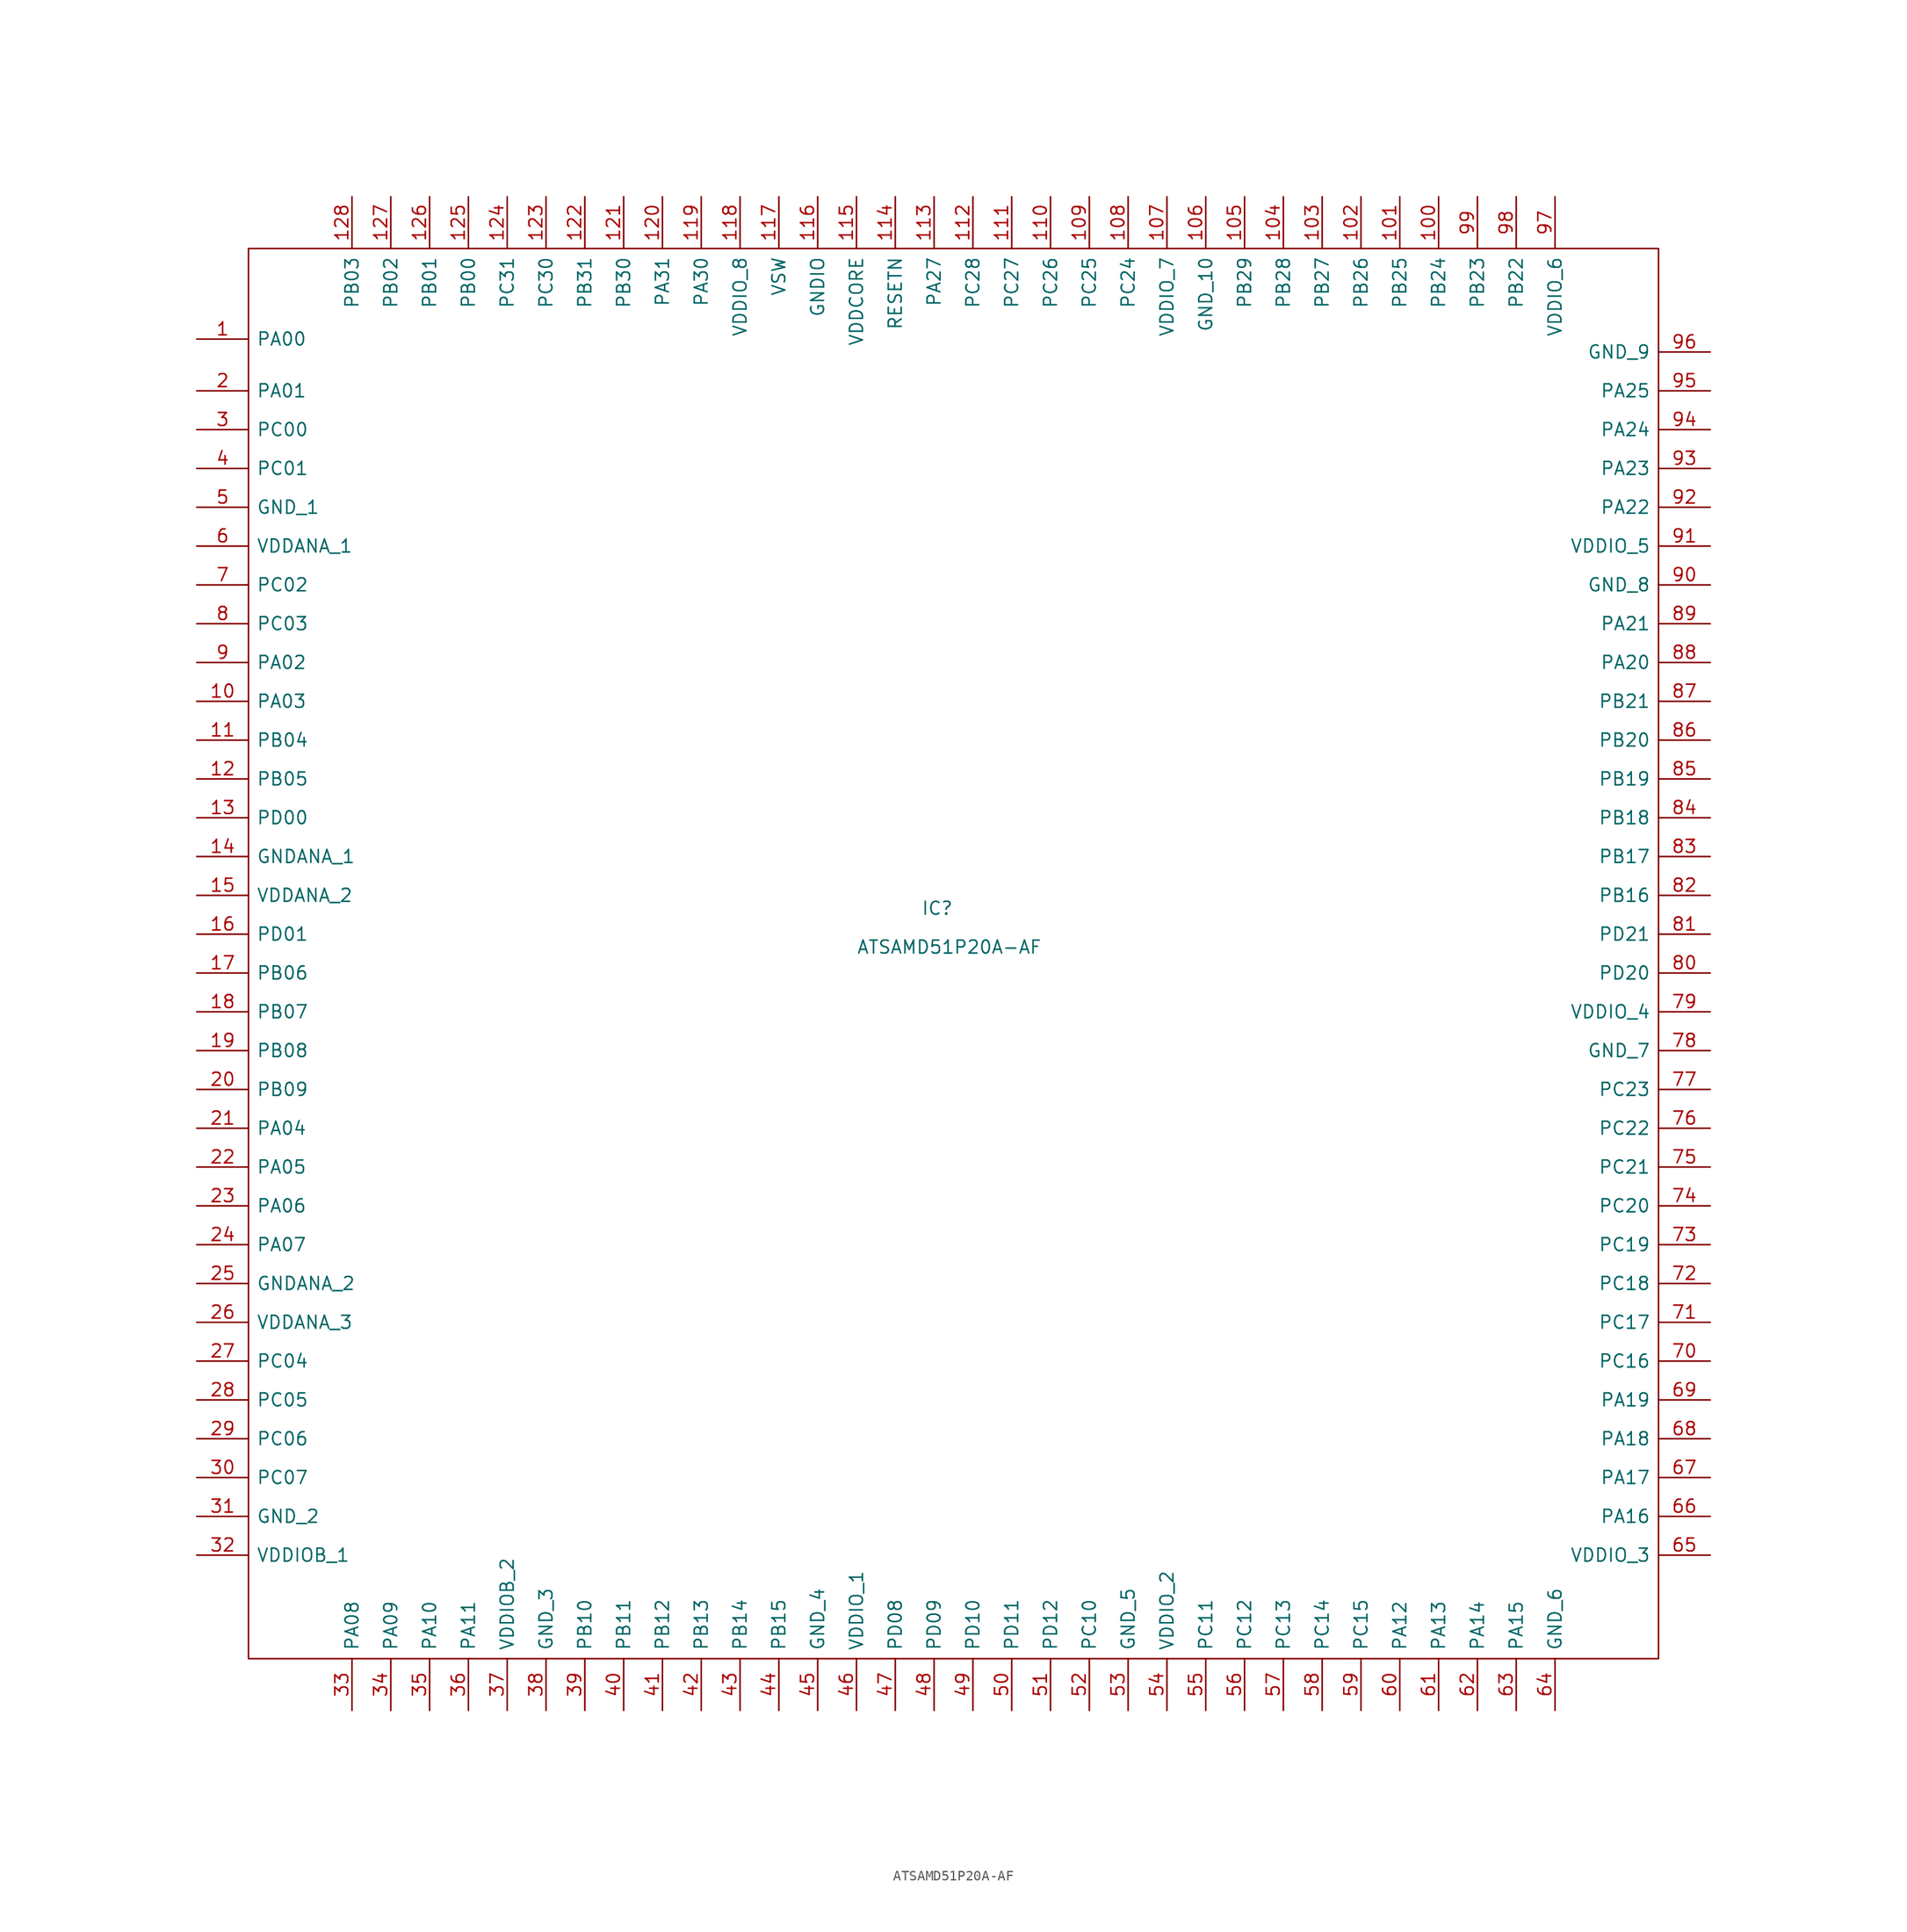
<source format=kicad_sym>
(kicad_symbol_lib
  (version 20211014)
  (generator kicad_symbol_editor)
  (symbol "ATSAMD51P20A-AF"
    (pin_names
      (offset 0.762))
    (property "Reference" "IC"
      (at 66.04 -64.77 0)
      (effects (font (size 1.27 1.27)) (justify left)))
    (property "Value" "ATSAMD51P20A-AF"
      (at 59.69 -68.58 0)
      (effects (font (size 1.27 1.27)) (justify left)))
    (symbol "ATSAMD51P20A-AF_0_0"
      (pin unspecified line (at -5.08 -8.89 0) (length 5.08) (name "PA00" (effects (font (size 1.27 1.27)))) (number "1" (effects (font (size 1.27 1.27)))))
      (pin unspecified line (at -5.08 -44.45 0) (length 5.08) (name "PA03" (effects (font (size 1.27 1.27)))) (number "10" (effects (font (size 1.27 1.27)))))
      (pin unspecified line (at 116.84 5.08 270) (length 5.08) (name "PB24" (effects (font (size 1.27 1.27)))) (number "100" (effects (font (size 1.27 1.27)))))
      (pin unspecified line (at 113.03 5.08 270) (length 5.08) (name "PB25" (effects (font (size 1.27 1.27)))) (number "101" (effects (font (size 1.27 1.27)))))
      (pin unspecified line (at 109.22 5.08 270) (length 5.08) (name "PB26" (effects (font (size 1.27 1.27)))) (number "102" (effects (font (size 1.27 1.27)))))
      (pin unspecified line (at 105.41 5.08 270) (length 5.08) (name "PB27" (effects (font (size 1.27 1.27)))) (number "103" (effects (font (size 1.27 1.27)))))
      (pin unspecified line (at 101.6 5.08 270) (length 5.08) (name "PB28" (effects (font (size 1.27 1.27)))) (number "104" (effects (font (size 1.27 1.27)))))
      (pin unspecified line (at 97.79 5.08 270) (length 5.08) (name "PB29" (effects (font (size 1.27 1.27)))) (number "105" (effects (font (size 1.27 1.27)))))
      (pin unspecified line (at 93.98 5.08 270) (length 5.08) (name "GND_10" (effects (font (size 1.27 1.27)))) (number "106" (effects (font (size 1.27 1.27)))))
      (pin unspecified line (at 90.17 5.08 270) (length 5.08) (name "VDDIO_7" (effects (font (size 1.27 1.27)))) (number "107" (effects (font (size 1.27 1.27)))))
      (pin unspecified line (at 86.36 5.08 270) (length 5.08) (name "PC24" (effects (font (size 1.27 1.27)))) (number "108" (effects (font (size 1.27 1.27)))))
      (pin unspecified line (at 82.55 5.08 270) (length 5.08) (name "PC25" (effects (font (size 1.27 1.27)))) (number "109" (effects (font (size 1.27 1.27)))))
      (pin unspecified line (at -5.08 -48.26 0) (length 5.08) (name "PB04" (effects (font (size 1.27 1.27)))) (number "11" (effects (font (size 1.27 1.27)))))
      (pin unspecified line (at 78.74 5.08 270) (length 5.08) (name "PC26" (effects (font (size 1.27 1.27)))) (number "110" (effects (font (size 1.27 1.27)))))
      (pin unspecified line (at 74.93 5.08 270) (length 5.08) (name "PC27" (effects (font (size 1.27 1.27)))) (number "111" (effects (font (size 1.27 1.27)))))
      (pin unspecified line (at 71.12 5.08 270) (length 5.08) (name "PC28" (effects (font (size 1.27 1.27)))) (number "112" (effects (font (size 1.27 1.27)))))
      (pin unspecified line (at 67.31 5.08 270) (length 5.08) (name "PA27" (effects (font (size 1.27 1.27)))) (number "113" (effects (font (size 1.27 1.27)))))
      (pin unspecified line (at 63.5 5.08 270) (length 5.08) (name "RESETN" (effects (font (size 1.27 1.27)))) (number "114" (effects (font (size 1.27 1.27)))))
      (pin unspecified line (at 59.69 5.08 270) (length 5.08) (name "VDDCORE" (effects (font (size 1.27 1.27)))) (number "115" (effects (font (size 1.27 1.27)))))
      (pin unspecified line (at 55.88 5.08 270) (length 5.08) (name "GNDIO" (effects (font (size 1.27 1.27)))) (number "116" (effects (font (size 1.27 1.27)))))
      (pin unspecified line (at 52.07 5.08 270) (length 5.08) (name "VSW" (effects (font (size 1.27 1.27)))) (number "117" (effects (font (size 1.27 1.27)))))
      (pin unspecified line (at 48.26 5.08 270) (length 5.08) (name "VDDIO_8" (effects (font (size 1.27 1.27)))) (number "118" (effects (font (size 1.27 1.27)))))
      (pin unspecified line (at 44.45 5.08 270) (length 5.08) (name "PA30" (effects (font (size 1.27 1.27)))) (number "119" (effects (font (size 1.27 1.27)))))
      (pin unspecified line (at -5.08 -52.07 0) (length 5.08) (name "PB05" (effects (font (size 1.27 1.27)))) (number "12" (effects (font (size 1.27 1.27)))))
      (pin unspecified line (at 40.64 5.08 270) (length 5.08) (name "PA31" (effects (font (size 1.27 1.27)))) (number "120" (effects (font (size 1.27 1.27)))))
      (pin unspecified line (at 36.83 5.08 270) (length 5.08) (name "PB30" (effects (font (size 1.27 1.27)))) (number "121" (effects (font (size 1.27 1.27)))))
      (pin unspecified line (at 33.02 5.08 270) (length 5.08) (name "PB31" (effects (font (size 1.27 1.27)))) (number "122" (effects (font (size 1.27 1.27)))))
      (pin unspecified line (at 29.21 5.08 270) (length 5.08) (name "PC30" (effects (font (size 1.27 1.27)))) (number "123" (effects (font (size 1.27 1.27)))))
      (pin unspecified line (at 25.4 5.08 270) (length 5.08) (name "PC31" (effects (font (size 1.27 1.27)))) (number "124" (effects (font (size 1.27 1.27)))))
      (pin unspecified line (at 21.59 5.08 270) (length 5.08) (name "PB00" (effects (font (size 1.27 1.27)))) (number "125" (effects (font (size 1.27 1.27)))))
      (pin unspecified line (at 17.78 5.08 270) (length 5.08) (name "PB01" (effects (font (size 1.27 1.27)))) (number "126" (effects (font (size 1.27 1.27)))))
      (pin unspecified line (at 13.97 5.08 270) (length 5.08) (name "PB02" (effects (font (size 1.27 1.27)))) (number "127" (effects (font (size 1.27 1.27)))))
      (pin unspecified line (at 10.16 5.08 270) (length 5.08) (name "PB03" (effects (font (size 1.27 1.27)))) (number "128" (effects (font (size 1.27 1.27)))))
      (pin unspecified line (at -5.08 -55.88 0) (length 5.08) (name "PD00" (effects (font (size 1.27 1.27)))) (number "13" (effects (font (size 1.27 1.27)))))
      (pin unspecified line (at -5.08 -59.69 0) (length 5.08) (name "GNDANA_1" (effects (font (size 1.27 1.27)))) (number "14" (effects (font (size 1.27 1.27)))))
      (pin unspecified line (at -5.08 -63.5 0) (length 5.08) (name "VDDANA_2" (effects (font (size 1.27 1.27)))) (number "15" (effects (font (size 1.27 1.27)))))
      (pin unspecified line (at -5.08 -67.31 0) (length 5.08) (name "PD01" (effects (font (size 1.27 1.27)))) (number "16" (effects (font (size 1.27 1.27)))))
      (pin unspecified line (at -5.08 -71.12 0) (length 5.08) (name "PB06" (effects (font (size 1.27 1.27)))) (number "17" (effects (font (size 1.27 1.27)))))
      (pin unspecified line (at -5.08 -74.93 0) (length 5.08) (name "PB07" (effects (font (size 1.27 1.27)))) (number "18" (effects (font (size 1.27 1.27)))))
      (pin unspecified line (at -5.08 -78.74 0) (length 5.08) (name "PB08" (effects (font (size 1.27 1.27)))) (number "19" (effects (font (size 1.27 1.27)))))
      (pin unspecified line (at -5.08 -13.97 0) (length 5.08) (name "PA01" (effects (font (size 1.27 1.27)))) (number "2" (effects (font (size 1.27 1.27)))))
      (pin unspecified line (at -5.08 -82.55 0) (length 5.08) (name "PB09" (effects (font (size 1.27 1.27)))) (number "20" (effects (font (size 1.27 1.27)))))
      (pin unspecified line (at -5.08 -86.36 0) (length 5.08) (name "PA04" (effects (font (size 1.27 1.27)))) (number "21" (effects (font (size 1.27 1.27)))))
      (pin unspecified line (at -5.08 -90.17 0) (length 5.08) (name "PA05" (effects (font (size 1.27 1.27)))) (number "22" (effects (font (size 1.27 1.27)))))
      (pin unspecified line (at -5.08 -93.98 0) (length 5.08) (name "PA06" (effects (font (size 1.27 1.27)))) (number "23" (effects (font (size 1.27 1.27)))))
      (pin unspecified line (at -5.08 -97.79 0) (length 5.08) (name "PA07" (effects (font (size 1.27 1.27)))) (number "24" (effects (font (size 1.27 1.27)))))
      (pin unspecified line (at -5.08 -101.6 0) (length 5.08) (name "GNDANA_2" (effects (font (size 1.27 1.27)))) (number "25" (effects (font (size 1.27 1.27)))))
      (pin unspecified line (at -5.08 -105.41 0) (length 5.08) (name "VDDANA_3" (effects (font (size 1.27 1.27)))) (number "26" (effects (font (size 1.27 1.27)))))
      (pin unspecified line (at -5.08 -109.22 0) (length 5.08) (name "PC04" (effects (font (size 1.27 1.27)))) (number "27" (effects (font (size 1.27 1.27)))))
      (pin unspecified line (at -5.08 -113.03 0) (length 5.08) (name "PC05" (effects (font (size 1.27 1.27)))) (number "28" (effects (font (size 1.27 1.27)))))
      (pin unspecified line (at -5.08 -116.84 0) (length 5.08) (name "PC06" (effects (font (size 1.27 1.27)))) (number "29" (effects (font (size 1.27 1.27)))))
      (pin unspecified line (at -5.08 -17.78 0) (length 5.08) (name "PC00" (effects (font (size 1.27 1.27)))) (number "3" (effects (font (size 1.27 1.27)))))
      (pin unspecified line (at -5.08 -120.65 0) (length 5.08) (name "PC07" (effects (font (size 1.27 1.27)))) (number "30" (effects (font (size 1.27 1.27)))))
      (pin unspecified line (at -5.08 -124.46 0) (length 5.08) (name "GND_2" (effects (font (size 1.27 1.27)))) (number "31" (effects (font (size 1.27 1.27)))))
      (pin unspecified line (at -5.08 -128.27 0) (length 5.08) (name "VDDIOB_1" (effects (font (size 1.27 1.27)))) (number "32" (effects (font (size 1.27 1.27)))))
      (pin unspecified line (at 10.16 -143.51 90) (length 5.08) (name "PA08" (effects (font (size 1.27 1.27)))) (number "33" (effects (font (size 1.27 1.27)))))
      (pin unspecified line (at 13.97 -143.51 90) (length 5.08) (name "PA09" (effects (font (size 1.27 1.27)))) (number "34" (effects (font (size 1.27 1.27)))))
      (pin unspecified line (at 17.78 -143.51 90) (length 5.08) (name "PA10" (effects (font (size 1.27 1.27)))) (number "35" (effects (font (size 1.27 1.27)))))
      (pin unspecified line (at 21.59 -143.51 90) (length 5.08) (name "PA11" (effects (font (size 1.27 1.27)))) (number "36" (effects (font (size 1.27 1.27)))))
      (pin unspecified line (at 25.4 -143.51 90) (length 5.08) (name "VDDIOB_2" (effects (font (size 1.27 1.27)))) (number "37" (effects (font (size 1.27 1.27)))))
      (pin unspecified line (at 29.21 -143.51 90) (length 5.08) (name "GND_3" (effects (font (size 1.27 1.27)))) (number "38" (effects (font (size 1.27 1.27)))))
      (pin unspecified line (at 33.02 -143.51 90) (length 5.08) (name "PB10" (effects (font (size 1.27 1.27)))) (number "39" (effects (font (size 1.27 1.27)))))
      (pin unspecified line (at -5.08 -21.59 0) (length 5.08) (name "PC01" (effects (font (size 1.27 1.27)))) (number "4" (effects (font (size 1.27 1.27)))))
      (pin unspecified line (at 36.83 -143.51 90) (length 5.08) (name "PB11" (effects (font (size 1.27 1.27)))) (number "40" (effects (font (size 1.27 1.27)))))
      (pin unspecified line (at 40.64 -143.51 90) (length 5.08) (name "PB12" (effects (font (size 1.27 1.27)))) (number "41" (effects (font (size 1.27 1.27)))))
      (pin unspecified line (at 44.45 -143.51 90) (length 5.08) (name "PB13" (effects (font (size 1.27 1.27)))) (number "42" (effects (font (size 1.27 1.27)))))
      (pin unspecified line (at 48.26 -143.51 90) (length 5.08) (name "PB14" (effects (font (size 1.27 1.27)))) (number "43" (effects (font (size 1.27 1.27)))))
      (pin unspecified line (at 52.07 -143.51 90) (length 5.08) (name "PB15" (effects (font (size 1.27 1.27)))) (number "44" (effects (font (size 1.27 1.27)))))
      (pin unspecified line (at 55.88 -143.51 90) (length 5.08) (name "GND_4" (effects (font (size 1.27 1.27)))) (number "45" (effects (font (size 1.27 1.27)))))
      (pin unspecified line (at 59.69 -143.51 90) (length 5.08) (name "VDDIO_1" (effects (font (size 1.27 1.27)))) (number "46" (effects (font (size 1.27 1.27)))))
      (pin unspecified line (at 63.5 -143.51 90) (length 5.08) (name "PD08" (effects (font (size 1.27 1.27)))) (number "47" (effects (font (size 1.27 1.27)))))
      (pin unspecified line (at 67.31 -143.51 90) (length 5.08) (name "PD09" (effects (font (size 1.27 1.27)))) (number "48" (effects (font (size 1.27 1.27)))))
      (pin unspecified line (at 71.12 -143.51 90) (length 5.08) (name "PD10" (effects (font (size 1.27 1.27)))) (number "49" (effects (font (size 1.27 1.27)))))
      (pin unspecified line (at -5.08 -25.4 0) (length 5.08) (name "GND_1" (effects (font (size 1.27 1.27)))) (number "5" (effects (font (size 1.27 1.27)))))
      (pin unspecified line (at 74.93 -143.51 90) (length 5.08) (name "PD11" (effects (font (size 1.27 1.27)))) (number "50" (effects (font (size 1.27 1.27)))))
      (pin unspecified line (at 78.74 -143.51 90) (length 5.08) (name "PD12" (effects (font (size 1.27 1.27)))) (number "51" (effects (font (size 1.27 1.27)))))
      (pin unspecified line (at 82.55 -143.51 90) (length 5.08) (name "PC10" (effects (font (size 1.27 1.27)))) (number "52" (effects (font (size 1.27 1.27)))))
      (pin unspecified line (at 86.36 -143.51 90) (length 5.08) (name "GND_5" (effects (font (size 1.27 1.27)))) (number "53" (effects (font (size 1.27 1.27)))))
      (pin unspecified line (at 90.17 -143.51 90) (length 5.08) (name "VDDIO_2" (effects (font (size 1.27 1.27)))) (number "54" (effects (font (size 1.27 1.27)))))
      (pin unspecified line (at 93.98 -143.51 90) (length 5.08) (name "PC11" (effects (font (size 1.27 1.27)))) (number "55" (effects (font (size 1.27 1.27)))))
      (pin unspecified line (at 97.79 -143.51 90) (length 5.08) (name "PC12" (effects (font (size 1.27 1.27)))) (number "56" (effects (font (size 1.27 1.27)))))
      (pin unspecified line (at 101.6 -143.51 90) (length 5.08) (name "PC13" (effects (font (size 1.27 1.27)))) (number "57" (effects (font (size 1.27 1.27)))))
      (pin unspecified line (at 105.41 -143.51 90) (length 5.08) (name "PC14" (effects (font (size 1.27 1.27)))) (number "58" (effects (font (size 1.27 1.27)))))
      (pin unspecified line (at 109.22 -143.51 90) (length 5.08) (name "PC15" (effects (font (size 1.27 1.27)))) (number "59" (effects (font (size 1.27 1.27)))))
      (pin unspecified line (at -5.08 -29.21 0) (length 5.08) (name "VDDANA_1" (effects (font (size 1.27 1.27)))) (number "6" (effects (font (size 1.27 1.27)))))
      (pin unspecified line (at 113.03 -143.51 90) (length 5.08) (name "PA12" (effects (font (size 1.27 1.27)))) (number "60" (effects (font (size 1.27 1.27)))))
      (pin unspecified line (at 116.84 -143.51 90) (length 5.08) (name "PA13" (effects (font (size 1.27 1.27)))) (number "61" (effects (font (size 1.27 1.27)))))
      (pin unspecified line (at 120.65 -143.51 90) (length 5.08) (name "PA14" (effects (font (size 1.27 1.27)))) (number "62" (effects (font (size 1.27 1.27)))))
      (pin unspecified line (at 124.46 -143.51 90) (length 5.08) (name "PA15" (effects (font (size 1.27 1.27)))) (number "63" (effects (font (size 1.27 1.27)))))
      (pin unspecified line (at 128.27 -143.51 90) (length 5.08) (name "GND_6" (effects (font (size 1.27 1.27)))) (number "64" (effects (font (size 1.27 1.27)))))
      (pin unspecified line (at 143.51 -128.27 180) (length 5.08) (name "VDDIO_3" (effects (font (size 1.27 1.27)))) (number "65" (effects (font (size 1.27 1.27)))))
      (pin unspecified line (at 143.51 -124.46 180) (length 5.08) (name "PA16" (effects (font (size 1.27 1.27)))) (number "66" (effects (font (size 1.27 1.27)))))
      (pin unspecified line (at 143.51 -120.65 180) (length 5.08) (name "PA17" (effects (font (size 1.27 1.27)))) (number "67" (effects (font (size 1.27 1.27)))))
      (pin unspecified line (at 143.51 -116.84 180) (length 5.08) (name "PA18" (effects (font (size 1.27 1.27)))) (number "68" (effects (font (size 1.27 1.27)))))
      (pin unspecified line (at 143.51 -113.03 180) (length 5.08) (name "PA19" (effects (font (size 1.27 1.27)))) (number "69" (effects (font (size 1.27 1.27)))))
      (pin unspecified line (at -5.08 -33.02 0) (length 5.08) (name "PC02" (effects (font (size 1.27 1.27)))) (number "7" (effects (font (size 1.27 1.27)))))
      (pin unspecified line (at 143.51 -109.22 180) (length 5.08) (name "PC16" (effects (font (size 1.27 1.27)))) (number "70" (effects (font (size 1.27 1.27)))))
      (pin unspecified line (at 143.51 -105.41 180) (length 5.08) (name "PC17" (effects (font (size 1.27 1.27)))) (number "71" (effects (font (size 1.27 1.27)))))
      (pin unspecified line (at 143.51 -101.6 180) (length 5.08) (name "PC18" (effects (font (size 1.27 1.27)))) (number "72" (effects (font (size 1.27 1.27)))))
      (pin unspecified line (at 143.51 -97.79 180) (length 5.08) (name "PC19" (effects (font (size 1.27 1.27)))) (number "73" (effects (font (size 1.27 1.27)))))
      (pin unspecified line (at 143.51 -93.98 180) (length 5.08) (name "PC20" (effects (font (size 1.27 1.27)))) (number "74" (effects (font (size 1.27 1.27)))))
      (pin unspecified line (at 143.51 -90.17 180) (length 5.08) (name "PC21" (effects (font (size 1.27 1.27)))) (number "75" (effects (font (size 1.27 1.27)))))
      (pin unspecified line (at 143.51 -86.36 180) (length 5.08) (name "PC22" (effects (font (size 1.27 1.27)))) (number "76" (effects (font (size 1.27 1.27)))))
      (pin unspecified line (at 143.51 -82.55 180) (length 5.08) (name "PC23" (effects (font (size 1.27 1.27)))) (number "77" (effects (font (size 1.27 1.27)))))
      (pin unspecified line (at 143.51 -78.74 180) (length 5.08) (name "GND_7" (effects (font (size 1.27 1.27)))) (number "78" (effects (font (size 1.27 1.27)))))
      (pin unspecified line (at 143.51 -74.93 180) (length 5.08) (name "VDDIO_4" (effects (font (size 1.27 1.27)))) (number "79" (effects (font (size 1.27 1.27)))))
      (pin unspecified line (at -5.08 -36.83 0) (length 5.08) (name "PC03" (effects (font (size 1.27 1.27)))) (number "8" (effects (font (size 1.27 1.27)))))
      (pin unspecified line (at 143.51 -71.12 180) (length 5.08) (name "PD20" (effects (font (size 1.27 1.27)))) (number "80" (effects (font (size 1.27 1.27)))))
      (pin unspecified line (at 143.51 -67.31 180) (length 5.08) (name "PD21" (effects (font (size 1.27 1.27)))) (number "81" (effects (font (size 1.27 1.27)))))
      (pin unspecified line (at 143.51 -63.5 180) (length 5.08) (name "PB16" (effects (font (size 1.27 1.27)))) (number "82" (effects (font (size 1.27 1.27)))))
      (pin unspecified line (at 143.51 -59.69 180) (length 5.08) (name "PB17" (effects (font (size 1.27 1.27)))) (number "83" (effects (font (size 1.27 1.27)))))
      (pin unspecified line (at 143.51 -55.88 180) (length 5.08) (name "PB18" (effects (font (size 1.27 1.27)))) (number "84" (effects (font (size 1.27 1.27)))))
      (pin unspecified line (at 143.51 -52.07 180) (length 5.08) (name "PB19" (effects (font (size 1.27 1.27)))) (number "85" (effects (font (size 1.27 1.27)))))
      (pin unspecified line (at 143.51 -48.26 180) (length 5.08) (name "PB20" (effects (font (size 1.27 1.27)))) (number "86" (effects (font (size 1.27 1.27)))))
      (pin unspecified line (at 143.51 -44.45 180) (length 5.08) (name "PB21" (effects (font (size 1.27 1.27)))) (number "87" (effects (font (size 1.27 1.27)))))
      (pin unspecified line (at 143.51 -40.64 180) (length 5.08) (name "PA20" (effects (font (size 1.27 1.27)))) (number "88" (effects (font (size 1.27 1.27)))))
      (pin unspecified line (at 143.51 -36.83 180) (length 5.08) (name "PA21" (effects (font (size 1.27 1.27)))) (number "89" (effects (font (size 1.27 1.27)))))
      (pin unspecified line (at -5.08 -40.64 0) (length 5.08) (name "PA02" (effects (font (size 1.27 1.27)))) (number "9" (effects (font (size 1.27 1.27)))))
      (pin unspecified line (at 143.51 -33.02 180) (length 5.08) (name "GND_8" (effects (font (size 1.27 1.27)))) (number "90" (effects (font (size 1.27 1.27)))))
      (pin unspecified line (at 143.51 -29.21 180) (length 5.08) (name "VDDIO_5" (effects (font (size 1.27 1.27)))) (number "91" (effects (font (size 1.27 1.27)))))
      (pin unspecified line (at 143.51 -25.4 180) (length 5.08) (name "PA22" (effects (font (size 1.27 1.27)))) (number "92" (effects (font (size 1.27 1.27)))))
      (pin unspecified line (at 143.51 -21.59 180) (length 5.08) (name "PA23" (effects (font (size 1.27 1.27)))) (number "93" (effects (font (size 1.27 1.27)))))
      (pin unspecified line (at 143.51 -17.78 180) (length 5.08) (name "PA24" (effects (font (size 1.27 1.27)))) (number "94" (effects (font (size 1.27 1.27)))))
      (pin unspecified line (at 143.51 -13.97 180) (length 5.08) (name "PA25" (effects (font (size 1.27 1.27)))) (number "95" (effects (font (size 1.27 1.27)))))
      (pin unspecified line (at 143.51 -10.16 180) (length 5.08) (name "GND_9" (effects (font (size 1.27 1.27)))) (number "96" (effects (font (size 1.27 1.27)))))
      (pin unspecified line (at 128.27 5.08 270) (length 5.08) (name "VDDIO_6" (effects (font (size 1.27 1.27)))) (number "97" (effects (font (size 1.27 1.27)))))
      (pin unspecified line (at 124.46 5.08 270) (length 5.08) (name "PB22" (effects (font (size 1.27 1.27)))) (number "98" (effects (font (size 1.27 1.27)))))
      (pin unspecified line (at 120.65 5.08 270) (length 5.08) (name "PB23" (effects (font (size 1.27 1.27)))) (number "99" (effects (font (size 1.27 1.27))))))
    (symbol "ATSAMD51P20A-AF_0_1"
      (rectangle (start 0 -138.43) (end 138.43 0) (stroke (width 0) (type default) (color 0 0 0 0)) (fill (type none))))))
</source>
